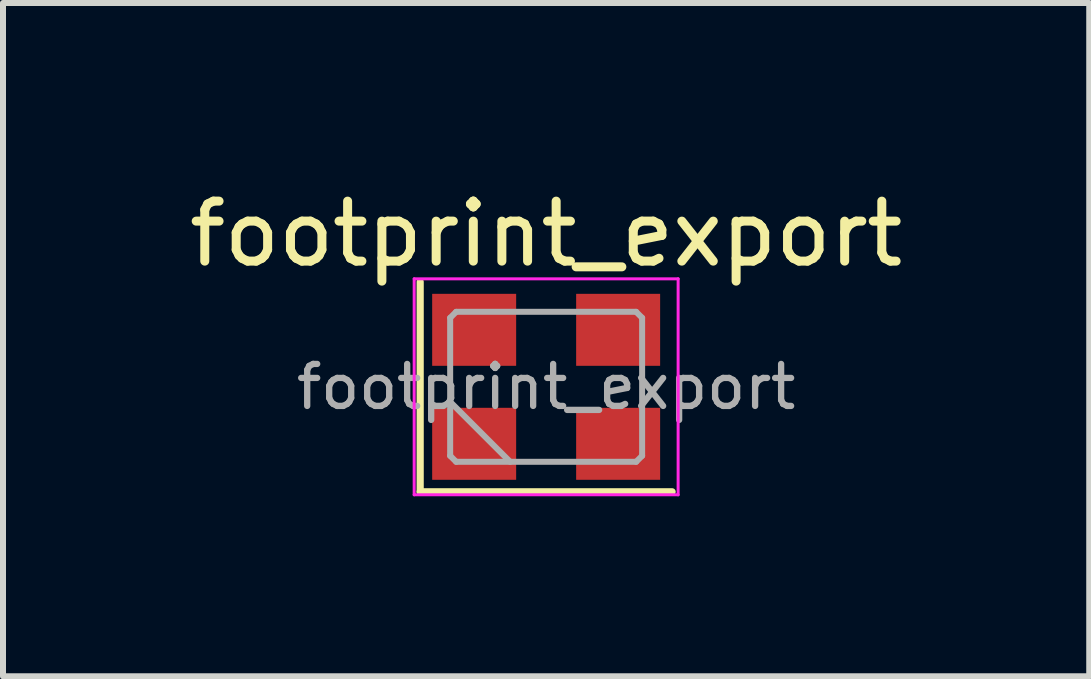
<source format=kicad_pcb>
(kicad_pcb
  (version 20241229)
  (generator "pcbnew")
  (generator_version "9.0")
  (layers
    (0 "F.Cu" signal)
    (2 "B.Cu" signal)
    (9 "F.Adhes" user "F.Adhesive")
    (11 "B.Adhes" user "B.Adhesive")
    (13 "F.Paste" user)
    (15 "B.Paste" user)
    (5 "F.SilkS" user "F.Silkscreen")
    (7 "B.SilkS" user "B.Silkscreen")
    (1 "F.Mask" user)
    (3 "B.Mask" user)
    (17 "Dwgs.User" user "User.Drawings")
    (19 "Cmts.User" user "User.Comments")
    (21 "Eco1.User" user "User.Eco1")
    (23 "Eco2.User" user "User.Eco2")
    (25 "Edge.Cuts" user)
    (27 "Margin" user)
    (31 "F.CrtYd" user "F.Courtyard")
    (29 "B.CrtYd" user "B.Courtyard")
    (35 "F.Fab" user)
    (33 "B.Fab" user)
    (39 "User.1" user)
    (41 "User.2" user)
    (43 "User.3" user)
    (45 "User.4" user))
  (footprint "footprint_export"
    (layer "F.Cu")
    (at 6.054 3.398)
    (property "Reference" "footprint_export" (at 0 -2.55 0) (layer "F.SilkS") (effects (font (size 1 1) (thickness 0.15))))
    (attr smd)
    (fp_line (start -2.1 -1.75) (end -2.1 1.75) (stroke (width 0.12) (type solid)) (layer "F.SilkS"))
    (fp_line (start -2.1 1.75) (end 2.1 1.75) (stroke (width 0.12) (type solid)) (layer "F.SilkS"))
    (fp_line (start -2.2 -1.8) (end -2.2 1.8) (stroke (width 0.05) (type solid)) (layer "F.CrtYd"))
    (fp_line (start -2.2 1.8) (end 2.2 1.8) (stroke (width 0.05) (type solid)) (layer "F.CrtYd"))
    (fp_line (start 2.2 -1.8) (end -2.2 -1.8) (stroke (width 0.05) (type solid)) (layer "F.CrtYd"))
    (fp_line (start 2.2 1.8) (end 2.2 -1.8) (stroke (width 0.05) (type solid)) (layer "F.CrtYd"))
    (fp_line (start -1.6 -1.15) (end -1.5 -1.25) (stroke (width 0.1) (type solid)) (layer "F.Fab"))
    (fp_line (start -1.6 0.25) (end -0.6 1.25) (stroke (width 0.1) (type solid)) (layer "F.Fab"))
    (fp_line (start -1.6 1.15) (end -1.6 -1.15) (stroke (width 0.1) (type solid)) (layer "F.Fab"))
    (fp_line (start -1.5 -1.25) (end 1.5 -1.25) (stroke (width 0.1) (type solid)) (layer "F.Fab"))
    (fp_line (start -1.5 1.25) (end -1.6 1.15) (stroke (width 0.1) (type solid)) (layer "F.Fab"))
    (fp_line (start 1.5 -1.25) (end 1.6 -1.15) (stroke (width 0.1) (type solid)) (layer "F.Fab"))
    (fp_line (start 1.5 1.25) (end -1.5 1.25) (stroke (width 0.1) (type solid)) (layer "F.Fab"))
    (fp_line (start 1.6 -1.15) (end 1.6 1.15) (stroke (width 0.1) (type solid)) (layer "F.Fab"))
    (fp_line (start 1.6 1.15) (end 1.5 1.25) (stroke (width 0.1) (type solid)) (layer "F.Fab"))
    (fp_text user "${REFERENCE}" (at 0 0 0) (layer "F.Fab") (effects (font (size 0.7 0.7) (thickness 0.105))))
    (pad "1" smd rect (at -1.2 0.95) (size 1.4 1.2) (layers "F.Cu" "F.Mask" "F.Paste"))
    (pad "2" smd rect (at 1.2 0.95) (size 1.4 1.2) (layers "F.Cu" "F.Mask" "F.Paste"))
    (pad "3" smd rect (at 1.2 -0.95) (size 1.4 1.2) (layers "F.Cu" "F.Mask" "F.Paste"))
    (pad "4" smd rect (at -1.2 -0.95) (size 1.4 1.2) (layers "F.Cu" "F.Mask" "F.Paste")))
  (gr_rect
    (start -3 -3)
    (end 15.107 8.223)
    (stroke (width 0.1) (type default))
    (fill no)
    (layer "Edge.Cuts")))
</source>
